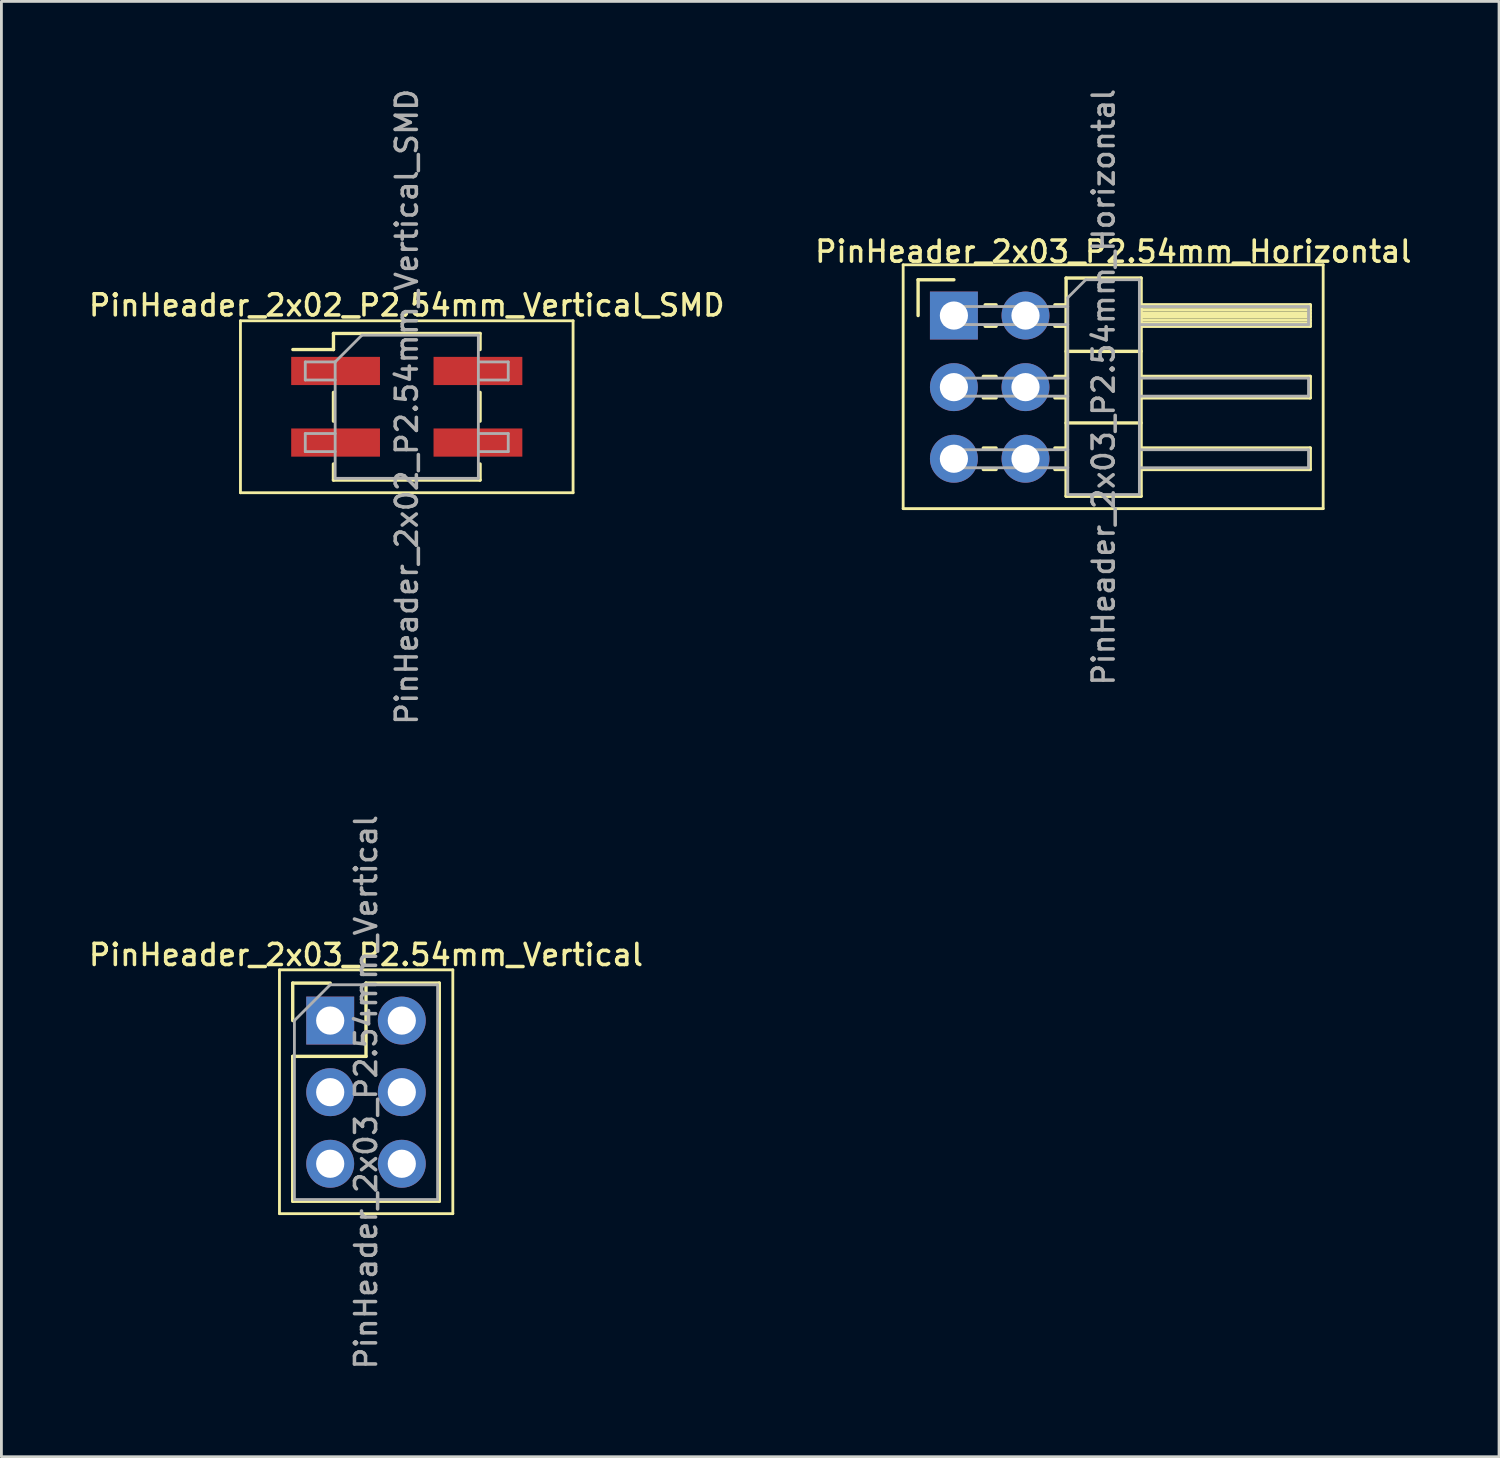
<source format=kicad_pcb>
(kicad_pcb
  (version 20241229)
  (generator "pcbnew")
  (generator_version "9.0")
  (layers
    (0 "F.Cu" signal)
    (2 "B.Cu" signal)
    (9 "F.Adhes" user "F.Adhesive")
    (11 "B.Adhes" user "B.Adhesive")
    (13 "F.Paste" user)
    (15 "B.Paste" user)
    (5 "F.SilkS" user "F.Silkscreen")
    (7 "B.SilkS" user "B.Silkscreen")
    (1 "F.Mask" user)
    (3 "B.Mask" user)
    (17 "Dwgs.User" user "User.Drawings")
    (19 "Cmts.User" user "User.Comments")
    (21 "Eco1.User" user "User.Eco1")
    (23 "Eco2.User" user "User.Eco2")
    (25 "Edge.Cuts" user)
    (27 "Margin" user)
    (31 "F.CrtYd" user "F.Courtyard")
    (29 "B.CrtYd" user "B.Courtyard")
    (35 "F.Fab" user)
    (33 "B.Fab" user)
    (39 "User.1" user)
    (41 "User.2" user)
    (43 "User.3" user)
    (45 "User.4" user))
  (footprint "PinHeader_2x03_P2.54mm_Horizontal"
    (layer "F.Cu")
    (at 30.79 8.144)
    (property "Reference" "PinHeader_2x03_P2.54mm_Horizontal" (at 5.655 -2.27 0) (layer "F.SilkS") (effects (font (size 0.75 0.75) (thickness 0.125))))
    (attr through_hole)
    (fp_line (start -1.8 -1.8) (end -1.8 6.85) (stroke (width 0.1) (type solid)) (layer "F.SilkS"))
    (fp_line (start -1.8 6.85) (end 13.1 6.85) (stroke (width 0.1) (type solid)) (layer "F.SilkS"))
    (fp_line (start -1.27 -1.27) (end 0 -1.27) (stroke (width 0.12) (type solid)) (layer "F.SilkS"))
    (fp_line (start -1.27 0) (end -1.27 -1.27) (stroke (width 0.12) (type solid)) (layer "F.SilkS"))
    (fp_line (start 1.043 2.16) (end 1.497 2.16) (stroke (width 0.12) (type solid)) (layer "F.SilkS"))
    (fp_line (start 1.043 2.92) (end 1.497 2.92) (stroke (width 0.12) (type solid)) (layer "F.SilkS"))
    (fp_line (start 1.043 4.7) (end 1.497 4.7) (stroke (width 0.12) (type solid)) (layer "F.SilkS"))
    (fp_line (start 1.043 5.46) (end 1.497 5.46) (stroke (width 0.12) (type solid)) (layer "F.SilkS"))
    (fp_line (start 1.11 -0.38) (end 1.497 -0.38) (stroke (width 0.12) (type solid)) (layer "F.SilkS"))
    (fp_line (start 1.11 0.38) (end 1.497 0.38) (stroke (width 0.12) (type solid)) (layer "F.SilkS"))
    (fp_line (start 3.583 -0.38) (end 3.98 -0.38) (stroke (width 0.12) (type solid)) (layer "F.SilkS"))
    (fp_line (start 3.583 0.38) (end 3.98 0.38) (stroke (width 0.12) (type solid)) (layer "F.SilkS"))
    (fp_line (start 3.583 2.16) (end 3.98 2.16) (stroke (width 0.12) (type solid)) (layer "F.SilkS"))
    (fp_line (start 3.583 2.92) (end 3.98 2.92) (stroke (width 0.12) (type solid)) (layer "F.SilkS"))
    (fp_line (start 3.583 4.7) (end 3.98 4.7) (stroke (width 0.12) (type solid)) (layer "F.SilkS"))
    (fp_line (start 3.583 5.46) (end 3.98 5.46) (stroke (width 0.12) (type solid)) (layer "F.SilkS"))
    (fp_line (start 3.98 -1.33) (end 3.98 6.41) (stroke (width 0.12) (type solid)) (layer "F.SilkS"))
    (fp_line (start 3.98 1.27) (end 6.64 1.27) (stroke (width 0.12) (type solid)) (layer "F.SilkS"))
    (fp_line (start 3.98 3.81) (end 6.64 3.81) (stroke (width 0.12) (type solid)) (layer "F.SilkS"))
    (fp_line (start 3.98 6.41) (end 6.64 6.41) (stroke (width 0.12) (type solid)) (layer "F.SilkS"))
    (fp_line (start 6.64 -1.33) (end 3.98 -1.33) (stroke (width 0.12) (type solid)) (layer "F.SilkS"))
    (fp_line (start 6.64 -0.38) (end 12.64 -0.38) (stroke (width 0.12) (type solid)) (layer "F.SilkS"))
    (fp_line (start 6.64 -0.32) (end 12.64 -0.32) (stroke (width 0.12) (type solid)) (layer "F.SilkS"))
    (fp_line (start 6.64 -0.2) (end 12.64 -0.2) (stroke (width 0.12) (type solid)) (layer "F.SilkS"))
    (fp_line (start 6.64 -0.08) (end 12.64 -0.08) (stroke (width 0.12) (type solid)) (layer "F.SilkS"))
    (fp_line (start 6.64 0.04) (end 12.64 0.04) (stroke (width 0.12) (type solid)) (layer "F.SilkS"))
    (fp_line (start 6.64 0.16) (end 12.64 0.16) (stroke (width 0.12) (type solid)) (layer "F.SilkS"))
    (fp_line (start 6.64 0.28) (end 12.64 0.28) (stroke (width 0.12) (type solid)) (layer "F.SilkS"))
    (fp_line (start 6.64 2.16) (end 12.64 2.16) (stroke (width 0.12) (type solid)) (layer "F.SilkS"))
    (fp_line (start 6.64 4.7) (end 12.64 4.7) (stroke (width 0.12) (type solid)) (layer "F.SilkS"))
    (fp_line (start 6.64 6.41) (end 6.64 -1.33) (stroke (width 0.12) (type solid)) (layer "F.SilkS"))
    (fp_line (start 12.64 -0.38) (end 12.64 0.38) (stroke (width 0.12) (type solid)) (layer "F.SilkS"))
    (fp_line (start 12.64 0.38) (end 6.64 0.38) (stroke (width 0.12) (type solid)) (layer "F.SilkS"))
    (fp_line (start 12.64 2.16) (end 12.64 2.92) (stroke (width 0.12) (type solid)) (layer "F.SilkS"))
    (fp_line (start 12.64 2.92) (end 6.64 2.92) (stroke (width 0.12) (type solid)) (layer "F.SilkS"))
    (fp_line (start 12.64 4.7) (end 12.64 5.46) (stroke (width 0.12) (type solid)) (layer "F.SilkS"))
    (fp_line (start 12.64 5.46) (end 6.64 5.46) (stroke (width 0.12) (type solid)) (layer "F.SilkS"))
    (fp_line (start 13.1 -1.8) (end -1.8 -1.8) (stroke (width 0.1) (type solid)) (layer "F.SilkS"))
    (fp_line (start 13.1 6.85) (end 13.1 -1.8) (stroke (width 0.1) (type solid)) (layer "F.SilkS"))
    (fp_line (start -0.32 -0.32) (end -0.32 0.32) (stroke (width 0.1) (type solid)) (layer "F.Fab"))
    (fp_line (start -0.32 -0.32) (end 4.04 -0.32) (stroke (width 0.1) (type solid)) (layer "F.Fab"))
    (fp_line (start -0.32 0.32) (end 4.04 0.32) (stroke (width 0.1) (type solid)) (layer "F.Fab"))
    (fp_line (start -0.32 2.22) (end -0.32 2.86) (stroke (width 0.1) (type solid)) (layer "F.Fab"))
    (fp_line (start -0.32 2.22) (end 4.04 2.22) (stroke (width 0.1) (type solid)) (layer "F.Fab"))
    (fp_line (start -0.32 2.86) (end 4.04 2.86) (stroke (width 0.1) (type solid)) (layer "F.Fab"))
    (fp_line (start -0.32 4.76) (end -0.32 5.4) (stroke (width 0.1) (type solid)) (layer "F.Fab"))
    (fp_line (start -0.32 4.76) (end 4.04 4.76) (stroke (width 0.1) (type solid)) (layer "F.Fab"))
    (fp_line (start -0.32 5.4) (end 4.04 5.4) (stroke (width 0.1) (type solid)) (layer "F.Fab"))
    (fp_line (start 4.04 -0.635) (end 4.675 -1.27) (stroke (width 0.1) (type solid)) (layer "F.Fab"))
    (fp_line (start 4.04 6.35) (end 4.04 -0.635) (stroke (width 0.1) (type solid)) (layer "F.Fab"))
    (fp_line (start 4.675 -1.27) (end 6.58 -1.27) (stroke (width 0.1) (type solid)) (layer "F.Fab"))
    (fp_line (start 6.58 -1.27) (end 6.58 6.35) (stroke (width 0.1) (type solid)) (layer "F.Fab"))
    (fp_line (start 6.58 -0.32) (end 12.58 -0.32) (stroke (width 0.1) (type solid)) (layer "F.Fab"))
    (fp_line (start 6.58 0.32) (end 12.58 0.32) (stroke (width 0.1) (type solid)) (layer "F.Fab"))
    (fp_line (start 6.58 2.22) (end 12.58 2.22) (stroke (width 0.1) (type solid)) (layer "F.Fab"))
    (fp_line (start 6.58 2.86) (end 12.58 2.86) (stroke (width 0.1) (type solid)) (layer "F.Fab"))
    (fp_line (start 6.58 4.76) (end 12.58 4.76) (stroke (width 0.1) (type solid)) (layer "F.Fab"))
    (fp_line (start 6.58 5.4) (end 12.58 5.4) (stroke (width 0.1) (type solid)) (layer "F.Fab"))
    (fp_line (start 6.58 6.35) (end 4.04 6.35) (stroke (width 0.1) (type solid)) (layer "F.Fab"))
    (fp_line (start 12.58 -0.32) (end 12.58 0.32) (stroke (width 0.1) (type solid)) (layer "F.Fab"))
    (fp_line (start 12.58 2.22) (end 12.58 2.86) (stroke (width 0.1) (type solid)) (layer "F.Fab"))
    (fp_line (start 12.58 4.76) (end 12.58 5.4) (stroke (width 0.1) (type solid)) (layer "F.Fab"))
    (fp_text user "${REFERENCE}" (at 5.31 2.54 90) (layer "F.Fab") (effects (font (size 0.75 0.75) (thickness 0.125))))
    (pad "1" thru_hole rect (at 0 0) (size 1.7 1.7) (drill 1) (layers "*.Cu" "*.Mask"))
    (pad "2" thru_hole oval (at 2.54 0) (size 1.7 1.7) (drill 1) (layers "*.Cu" "*.Mask"))
    (pad "3" thru_hole oval (at 0 2.54) (size 1.7 1.7) (drill 1) (layers "*.Cu" "*.Mask"))
    (pad "4" thru_hole oval (at 2.54 2.54) (size 1.7 1.7) (drill 1) (layers "*.Cu" "*.Mask"))
    (pad "5" thru_hole oval (at 0 5.08) (size 1.7 1.7) (drill 1) (layers "*.Cu" "*.Mask"))
    (pad "6" thru_hole oval (at 2.54 5.08) (size 1.7 1.7) (drill 1) (layers "*.Cu" "*.Mask")))
  (footprint "PinHeader_2x03_P2.54mm_Vertical"
    (layer "F.Cu")
    (at 8.664 33.155)
    (property "Reference" "PinHeader_2x03_P2.54mm_Vertical" (at 1.27 -2.33 0) (layer "F.SilkS") (effects (font (size 0.75 0.75) (thickness 0.125))))
    (attr through_hole)
    (fp_line (start -1.8 -1.8) (end -1.8 6.85) (stroke (width 0.1) (type solid)) (layer "F.SilkS"))
    (fp_line (start -1.8 6.85) (end 4.35 6.85) (stroke (width 0.1) (type solid)) (layer "F.SilkS"))
    (fp_line (start -1.33 -1.33) (end 0 -1.33) (stroke (width 0.12) (type solid)) (layer "F.SilkS"))
    (fp_line (start -1.33 0) (end -1.33 -1.33) (stroke (width 0.12) (type solid)) (layer "F.SilkS"))
    (fp_line (start -1.33 1.27) (end -1.33 6.41) (stroke (width 0.12) (type solid)) (layer "F.SilkS"))
    (fp_line (start -1.33 1.27) (end 1.27 1.27) (stroke (width 0.12) (type solid)) (layer "F.SilkS"))
    (fp_line (start -1.33 6.41) (end 3.87 6.41) (stroke (width 0.12) (type solid)) (layer "F.SilkS"))
    (fp_line (start 1.27 -1.33) (end 3.87 -1.33) (stroke (width 0.12) (type solid)) (layer "F.SilkS"))
    (fp_line (start 1.27 1.27) (end 1.27 -1.33) (stroke (width 0.12) (type solid)) (layer "F.SilkS"))
    (fp_line (start 3.87 -1.33) (end 3.87 6.41) (stroke (width 0.12) (type solid)) (layer "F.SilkS"))
    (fp_line (start 4.35 -1.8) (end -1.8 -1.8) (stroke (width 0.1) (type solid)) (layer "F.SilkS"))
    (fp_line (start 4.35 6.85) (end 4.35 -1.8) (stroke (width 0.1) (type solid)) (layer "F.SilkS"))
    (fp_line (start -1.27 0) (end 0 -1.27) (stroke (width 0.1) (type solid)) (layer "F.Fab"))
    (fp_line (start -1.27 6.35) (end -1.27 0) (stroke (width 0.1) (type solid)) (layer "F.Fab"))
    (fp_line (start 0 -1.27) (end 3.81 -1.27) (stroke (width 0.1) (type solid)) (layer "F.Fab"))
    (fp_line (start 3.81 -1.27) (end 3.81 6.35) (stroke (width 0.1) (type solid)) (layer "F.Fab"))
    (fp_line (start 3.81 6.35) (end -1.27 6.35) (stroke (width 0.1) (type solid)) (layer "F.Fab"))
    (fp_text user "${REFERENCE}" (at 1.27 2.54 90) (layer "F.Fab") (effects (font (size 0.75 0.75) (thickness 0.125))))
    (pad "1" thru_hole rect (at 0 0) (size 1.7 1.7) (drill 1) (layers "*.Cu" "*.Mask"))
    (pad "2" thru_hole oval (at 2.54 0) (size 1.7 1.7) (drill 1) (layers "*.Cu" "*.Mask"))
    (pad "3" thru_hole oval (at 0 2.54) (size 1.7 1.7) (drill 1) (layers "*.Cu" "*.Mask"))
    (pad "4" thru_hole oval (at 2.54 2.54) (size 1.7 1.7) (drill 1) (layers "*.Cu" "*.Mask"))
    (pad "5" thru_hole oval (at 0 5.08) (size 1.7 1.7) (drill 1) (layers "*.Cu" "*.Mask"))
    (pad "6" thru_hole oval (at 2.54 5.08) (size 1.7 1.7) (drill 1) (layers "*.Cu" "*.Mask")))
  (footprint "PinHeader_2x02_P2.54mm_Vertical_SMD"
    (layer "F.Cu")
    (at 11.38 11.38)
    (property "Reference" "PinHeader_2x02_P2.54mm_Vertical_SMD" (at 0 -3.6 0) (layer "F.SilkS") (effects (font (size 0.75 0.75) (thickness 0.125))))
    (attr smd)
    (fp_line (start -5.9 -3.05) (end -5.9 3.05) (stroke (width 0.1) (type solid)) (layer "F.SilkS"))
    (fp_line (start -5.9 3.05) (end 5.9 3.05) (stroke (width 0.1) (type solid)) (layer "F.SilkS"))
    (fp_line (start -4.04 -2.03) (end -2.6 -2.03) (stroke (width 0.12) (type solid)) (layer "F.SilkS"))
    (fp_line (start -2.6 -2.6) (end -2.6 -2.03) (stroke (width 0.12) (type solid)) (layer "F.SilkS"))
    (fp_line (start -2.6 -2.6) (end 2.6 -2.6) (stroke (width 0.12) (type solid)) (layer "F.SilkS"))
    (fp_line (start -2.6 -0.51) (end -2.6 0.51) (stroke (width 0.12) (type solid)) (layer "F.SilkS"))
    (fp_line (start -2.6 2.03) (end -2.6 2.6) (stroke (width 0.12) (type solid)) (layer "F.SilkS"))
    (fp_line (start -2.6 2.6) (end 2.6 2.6) (stroke (width 0.12) (type solid)) (layer "F.SilkS"))
    (fp_line (start 2.6 -2.6) (end 2.6 -2.03) (stroke (width 0.12) (type solid)) (layer "F.SilkS"))
    (fp_line (start 2.6 -0.51) (end 2.6 0.51) (stroke (width 0.12) (type solid)) (layer "F.SilkS"))
    (fp_line (start 2.6 2.03) (end 2.6 2.6) (stroke (width 0.12) (type solid)) (layer "F.SilkS"))
    (fp_line (start 5.9 -3.05) (end -5.9 -3.05) (stroke (width 0.1) (type solid)) (layer "F.SilkS"))
    (fp_line (start 5.9 3.05) (end 5.9 -3.05) (stroke (width 0.1) (type solid)) (layer "F.SilkS"))
    (fp_line (start -3.6 -1.59) (end -3.6 -0.95) (stroke (width 0.1) (type solid)) (layer "F.Fab"))
    (fp_line (start -3.6 -0.95) (end -2.54 -0.95) (stroke (width 0.1) (type solid)) (layer "F.Fab"))
    (fp_line (start -3.6 0.95) (end -3.6 1.59) (stroke (width 0.1) (type solid)) (layer "F.Fab"))
    (fp_line (start -3.6 1.59) (end -2.54 1.59) (stroke (width 0.1) (type solid)) (layer "F.Fab"))
    (fp_line (start -2.54 -1.59) (end -3.6 -1.59) (stroke (width 0.1) (type solid)) (layer "F.Fab"))
    (fp_line (start -2.54 -1.59) (end -1.59 -2.54) (stroke (width 0.1) (type solid)) (layer "F.Fab"))
    (fp_line (start -2.54 0.95) (end -3.6 0.95) (stroke (width 0.1) (type solid)) (layer "F.Fab"))
    (fp_line (start -2.54 2.54) (end -2.54 -1.59) (stroke (width 0.1) (type solid)) (layer "F.Fab"))
    (fp_line (start -1.59 -2.54) (end 2.54 -2.54) (stroke (width 0.1) (type solid)) (layer "F.Fab"))
    (fp_line (start 2.54 -2.54) (end 2.54 2.54) (stroke (width 0.1) (type solid)) (layer "F.Fab"))
    (fp_line (start 2.54 -1.59) (end 3.6 -1.59) (stroke (width 0.1) (type solid)) (layer "F.Fab"))
    (fp_line (start 2.54 0.95) (end 3.6 0.95) (stroke (width 0.1) (type solid)) (layer "F.Fab"))
    (fp_line (start 2.54 2.54) (end -2.54 2.54) (stroke (width 0.1) (type solid)) (layer "F.Fab"))
    (fp_line (start 3.6 -1.59) (end 3.6 -0.95) (stroke (width 0.1) (type solid)) (layer "F.Fab"))
    (fp_line (start 3.6 -0.95) (end 2.54 -0.95) (stroke (width 0.1) (type solid)) (layer "F.Fab"))
    (fp_line (start 3.6 0.95) (end 3.6 1.59) (stroke (width 0.1) (type solid)) (layer "F.Fab"))
    (fp_line (start 3.6 1.59) (end 2.54 1.59) (stroke (width 0.1) (type solid)) (layer "F.Fab"))
    (fp_text user "${REFERENCE}" (at 0 0 90) (layer "F.Fab") (effects (font (size 0.75 0.75) (thickness 0.125))))
    (pad "1" smd rect (at -2.525 -1.27) (size 3.15 1) (layers "F.Cu" "F.Mask" "F.Paste"))
    (pad "2" smd rect (at 2.525 -1.27) (size 3.15 1) (layers "F.Cu" "F.Mask" "F.Paste"))
    (pad "3" smd rect (at -2.525 1.27) (size 3.15 1) (layers "F.Cu" "F.Mask" "F.Paste"))
    (pad "4" smd rect (at 2.525 1.27) (size 3.15 1) (layers "F.Cu" "F.Mask" "F.Paste")))
  (gr_rect
    (start -3 -3)
    (end 50.129 48.629)
    (stroke (width 0.1) (type default))
    (fill no)
    (layer "Edge.Cuts")))
</source>
